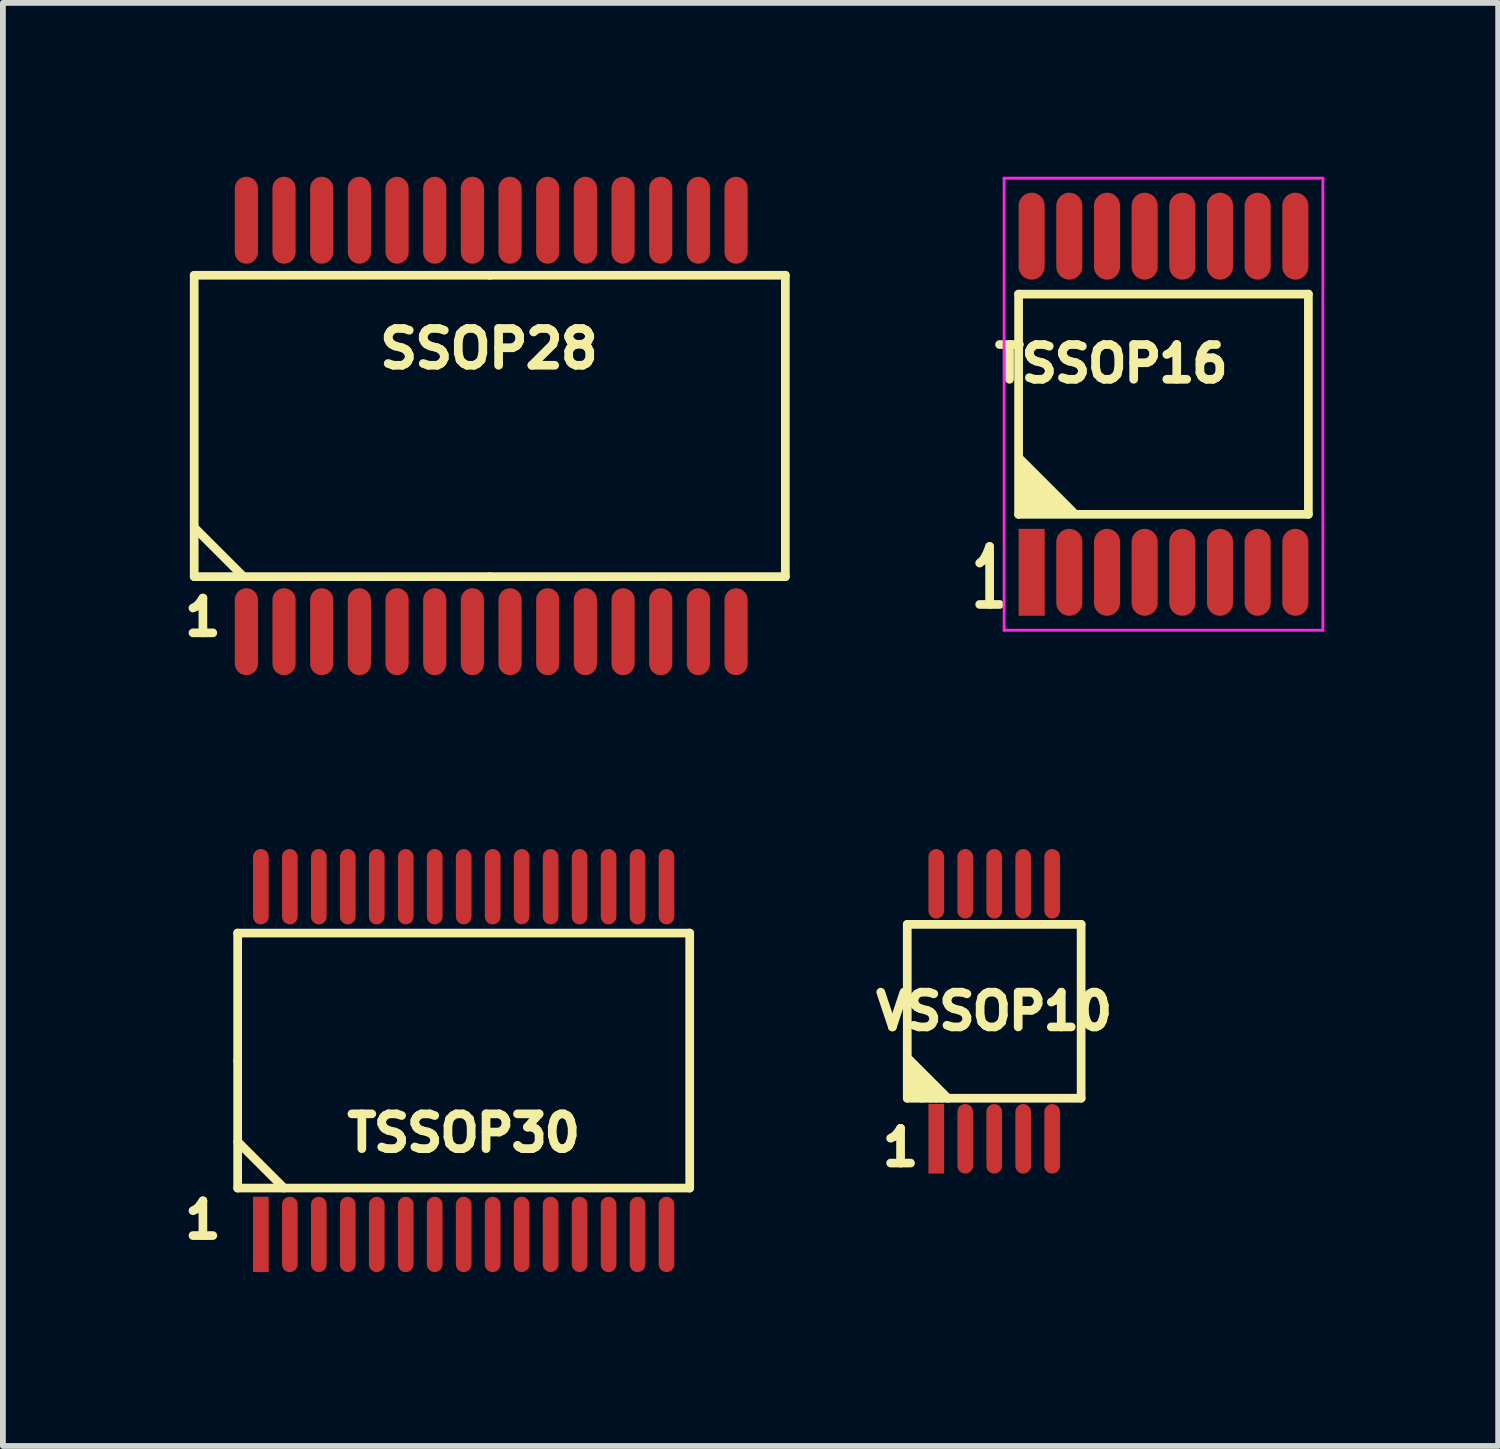
<source format=kicad_pcb>
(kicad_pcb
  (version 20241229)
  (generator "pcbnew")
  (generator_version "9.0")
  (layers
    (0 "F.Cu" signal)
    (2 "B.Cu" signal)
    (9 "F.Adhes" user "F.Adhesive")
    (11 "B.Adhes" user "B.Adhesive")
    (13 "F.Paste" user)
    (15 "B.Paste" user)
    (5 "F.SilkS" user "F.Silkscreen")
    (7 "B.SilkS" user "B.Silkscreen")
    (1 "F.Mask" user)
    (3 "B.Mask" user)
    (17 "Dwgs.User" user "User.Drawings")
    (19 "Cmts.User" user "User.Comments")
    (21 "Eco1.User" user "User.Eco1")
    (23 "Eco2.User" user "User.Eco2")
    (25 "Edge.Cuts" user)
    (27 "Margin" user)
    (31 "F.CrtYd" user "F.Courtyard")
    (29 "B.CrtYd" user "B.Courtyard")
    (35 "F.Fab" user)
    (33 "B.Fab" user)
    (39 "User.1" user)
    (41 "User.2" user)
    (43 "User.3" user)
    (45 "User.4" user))
  (footprint "TSSOP30"
    (layer "F.Cu")
    (at 4.951 15.25)
    (property "Reference" "TSSOP30" (at 0 1.25 0) (layer "F.SilkS") (effects (font (size 0.6 0.6) (thickness 0.15))))
    (attr through_hole)
    (fp_line (start -3.9 -2.2) (end 3.9 -2.2) (stroke (width 0.15) (type solid)) (layer "F.SilkS"))
    (fp_line (start -3.9 0) (end -3.9 -2.2) (stroke (width 0.15) (type solid)) (layer "F.SilkS"))
    (fp_line (start -3.9 1.4) (end -3.1 2.2) (stroke (width 0.15) (type solid)) (layer "F.SilkS"))
    (fp_line (start -3.9 2.2) (end -3.9 0) (stroke (width 0.15) (type solid)) (layer "F.SilkS"))
    (fp_line (start 3.9 -2.2) (end 3.9 2.2) (stroke (width 0.15) (type solid)) (layer "F.SilkS"))
    (fp_line (start 3.9 2.2) (end -3.9 2.2) (stroke (width 0.15) (type solid)) (layer "F.SilkS"))
    (fp_text user "1" (at -4.5 2.75 0) (layer "F.SilkS") (effects (font (size 0.6 0.6) (thickness 0.15))))
    (pad "1" smd rect (at -3.5 3) (size 0.27 1.3) (layers "F.Cu" "F.Mask" "F.Paste"))
    (pad "2" smd oval (at -3 3) (size 0.27 1.3) (layers "F.Cu" "F.Mask" "F.Paste"))
    (pad "3" smd oval (at -2.5 3) (size 0.27 1.3) (layers "F.Cu" "F.Mask" "F.Paste"))
    (pad "4" smd oval (at -2 3) (size 0.27 1.3) (layers "F.Cu" "F.Mask" "F.Paste"))
    (pad "5" smd oval (at -1.5 3) (size 0.27 1.3) (layers "F.Cu" "F.Mask" "F.Paste"))
    (pad "6" smd oval (at -1 3) (size 0.27 1.3) (layers "F.Cu" "F.Mask" "F.Paste"))
    (pad "7" smd oval (at -0.5 3) (size 0.27 1.3) (layers "F.Cu" "F.Mask" "F.Paste"))
    (pad "8" smd oval (at 0 3) (size 0.27 1.3) (layers "F.Cu" "F.Mask" "F.Paste"))
    (pad "9" smd oval (at 0.5 3) (size 0.27 1.3) (layers "F.Cu" "F.Mask" "F.Paste"))
    (pad "10" smd oval (at 1 3) (size 0.27 1.3) (layers "F.Cu" "F.Mask" "F.Paste"))
    (pad "11" smd oval (at 1.5 3) (size 0.27 1.3) (layers "F.Cu" "F.Mask" "F.Paste"))
    (pad "12" smd oval (at 2 3) (size 0.27 1.3) (layers "F.Cu" "F.Mask" "F.Paste"))
    (pad "13" smd oval (at 2.5 3) (size 0.27 1.3) (layers "F.Cu" "F.Mask" "F.Paste"))
    (pad "14" smd oval (at 3 3) (size 0.27 1.3) (layers "F.Cu" "F.Mask" "F.Paste"))
    (pad "15" smd oval (at 3.5 3) (size 0.27 1.3) (layers "F.Cu" "F.Mask" "F.Paste"))
    (pad "16" smd oval (at 3.5 -3) (size 0.27 1.3) (layers "F.Cu" "F.Mask" "F.Paste"))
    (pad "17" smd oval (at 3 -3) (size 0.27 1.3) (layers "F.Cu" "F.Mask" "F.Paste"))
    (pad "18" smd oval (at 2.5 -3) (size 0.27 1.3) (layers "F.Cu" "F.Mask" "F.Paste"))
    (pad "19" smd oval (at 2 -3) (size 0.27 1.3) (layers "F.Cu" "F.Mask" "F.Paste"))
    (pad "20" smd oval (at 1.5 -3) (size 0.27 1.3) (layers "F.Cu" "F.Mask" "F.Paste"))
    (pad "21" smd oval (at 1 -3) (size 0.27 1.3) (layers "F.Cu" "F.Mask" "F.Paste"))
    (pad "22" smd oval (at 0.5 -3) (size 0.27 1.3) (layers "F.Cu" "F.Mask" "F.Paste"))
    (pad "23" smd oval (at 0 -3) (size 0.27 1.3) (layers "F.Cu" "F.Mask" "F.Paste"))
    (pad "24" smd oval (at -0.5 -3) (size 0.27 1.3) (layers "F.Cu" "F.Mask" "F.Paste"))
    (pad "25" smd oval (at -1 -3) (size 0.27 1.3) (layers "F.Cu" "F.Mask" "F.Paste"))
    (pad "26" smd oval (at -1.5 -3) (size 0.27 1.3) (layers "F.Cu" "F.Mask" "F.Paste"))
    (pad "27" smd oval (at -2 -3) (size 0.27 1.3) (layers "F.Cu" "F.Mask" "F.Paste"))
    (pad "28" smd oval (at -2.5 -3) (size 0.27 1.3) (layers "F.Cu" "F.Mask" "F.Paste"))
    (pad "29" smd oval (at -3 -3) (size 0.27 1.3) (layers "F.Cu" "F.Mask" "F.Paste"))
    (pad "30" smd oval (at -3.5 -3) (size 0.27 1.3) (layers "F.Cu" "F.Mask" "F.Paste")))
  (footprint "VSSOP10"
    (layer "F.Cu")
    (at 14.105 14.4)
    (property "Reference" "VSSOP10" (at 0 0 0) (layer "F.SilkS") (effects (font (size 0.6 0.6) (thickness 0.15))))
    (attr through_hole)
    (fp_line (start -1.5 -1.5) (end 1.5 -1.5) (stroke (width 0.15) (type solid)) (layer "F.SilkS"))
    (fp_line (start -1.5 0.8) (end -0.8 1.5) (stroke (width 0.15) (type solid)) (layer "F.SilkS"))
    (fp_line (start -1.5 0.9) (end -0.9 1.5) (stroke (width 0.15) (type solid)) (layer "F.SilkS"))
    (fp_line (start -1.5 1) (end -1 1.5) (stroke (width 0.15) (type solid)) (layer "F.SilkS"))
    (fp_line (start -1.5 1.5) (end -1.5 -1.5) (stroke (width 0.15) (type solid)) (layer "F.SilkS"))
    (fp_line (start -1.25 1.5) (end -1.5 1.25) (stroke (width 0.15) (type solid)) (layer "F.SilkS"))
    (fp_line (start -1.1 1.5) (end -1.5 1.1) (stroke (width 0.15) (type solid)) (layer "F.SilkS"))
    (fp_line (start 1.5 -1.5) (end 1.5 1.5) (stroke (width 0.15) (type solid)) (layer "F.SilkS"))
    (fp_line (start 1.5 1.5) (end -1.5 1.5) (stroke (width 0.15) (type solid)) (layer "F.SilkS"))
    (fp_text user "1" (at -2 2.7 0) (unlocked yes) (layer "F.SilkS") (effects (font (size 0.6 0.6) (thickness 0.15)) (justify left bottom)))
    (pad "1" smd rect (at -1 2.2) (size 0.27 1.2) (layers "F.Cu" "F.Mask" "F.Paste"))
    (pad "2" smd oval (at -0.5 2.2) (size 0.27 1.2) (layers "F.Cu" "F.Mask" "F.Paste"))
    (pad "3" smd oval (at 0 2.2) (size 0.27 1.2) (layers "F.Cu" "F.Mask" "F.Paste"))
    (pad "4" smd oval (at 0.5 2.2) (size 0.27 1.2) (layers "F.Cu" "F.Mask" "F.Paste"))
    (pad "5" smd oval (at 1 2.2) (size 0.27 1.2) (layers "F.Cu" "F.Mask" "F.Paste"))
    (pad "6" smd oval (at 1 -2.2) (size 0.27 1.2) (layers "F.Cu" "F.Mask" "F.Paste"))
    (pad "7" smd oval (at 0.5 -2.2) (size 0.27 1.2) (layers "F.Cu" "F.Mask" "F.Paste"))
    (pad "8" smd oval (at 0 -2.2) (size 0.27 1.2) (layers "F.Cu" "F.Mask" "F.Paste"))
    (pad "9" smd oval (at -0.5 -2.2) (size 0.27 1.2) (layers "F.Cu" "F.Mask" "F.Paste"))
    (pad "10" smd oval (at -1 -2.2) (size 0.27 1.2) (layers "F.Cu" "F.Mask" "F.Paste")))
  (footprint "TSSOP16"
    (layer "F.Cu")
    (at 17.026 3.925)
    (property "Reference" "TSSOP16" (at -0.9 -0.7 180) (layer "F.SilkS") (effects (font (size 0.6 0.6) (thickness 0.15))))
    (attr through_hole)
    (fp_line (start -2.5 -1.9) (end 2.5 -1.9) (stroke (width 0.15) (type solid)) (layer "F.SilkS"))
    (fp_line (start -2.5 1.9) (end -2.5 -1.9) (stroke (width 0.15) (type solid)) (layer "F.SilkS"))
    (fp_line (start 2.5 -1.9) (end 2.5 1.9) (stroke (width 0.15) (type solid)) (layer "F.SilkS"))
    (fp_line (start 2.5 1.9) (end -2.5 1.9) (stroke (width 0.15) (type solid)) (layer "F.SilkS"))
    (fp_poly (pts (xy -1.5 1.9) (xy -2.5 1.9) (xy -2.5 0.9)) (stroke (width 0.12) (type solid)) (fill yes) (layer "F.SilkS"))
    (fp_line (start -2.75 -3.9) (end 2.75 -3.9) (stroke (width 0.05) (type solid)) (layer "F.CrtYd"))
    (fp_line (start -2.75 3.9) (end -2.75 -3.9) (stroke (width 0.05) (type solid)) (layer "F.CrtYd"))
    (fp_line (start 2.75 -3.9) (end 2.75 3.9) (stroke (width 0.05) (type solid)) (layer "F.CrtYd"))
    (fp_line (start 2.75 3.9) (end -2.75 3.9) (stroke (width 0.05) (type solid)) (layer "F.CrtYd"))
    (fp_text user "1" (at -3 3 0) (layer "F.SilkS") (effects (font (size 1 0.6) (thickness 0.15))))
    (pad "1" smd rect (at -2.275 2.9) (size 0.45 1.5) (layers "F.Cu" "F.Mask" "F.Paste"))
    (pad "2" smd oval (at -1.625 2.9) (size 0.45 1.5) (layers "F.Cu" "F.Mask" "F.Paste"))
    (pad "3" smd oval (at -0.975 2.9) (size 0.45 1.5) (layers "F.Cu" "F.Mask" "F.Paste"))
    (pad "4" smd oval (at -0.325 2.9) (size 0.45 1.5) (layers "F.Cu" "F.Mask" "F.Paste"))
    (pad "5" smd oval (at 0.325 2.9) (size 0.45 1.5) (layers "F.Cu" "F.Mask" "F.Paste"))
    (pad "6" smd oval (at 0.975 2.9) (size 0.45 1.5) (layers "F.Cu" "F.Mask" "F.Paste"))
    (pad "7" smd oval (at 1.625 2.9) (size 0.45 1.5) (layers "F.Cu" "F.Mask" "F.Paste"))
    (pad "8" smd oval (at 2.275 2.9) (size 0.45 1.5) (layers "F.Cu" "F.Mask" "F.Paste"))
    (pad "9" smd oval (at 2.275 -2.9) (size 0.45 1.5) (layers "F.Cu" "F.Mask" "F.Paste"))
    (pad "10" smd oval (at 1.625 -2.9) (size 0.45 1.5) (layers "F.Cu" "F.Mask" "F.Paste"))
    (pad "11" smd oval (at 0.975 -2.9) (size 0.45 1.5) (layers "F.Cu" "F.Mask" "F.Paste"))
    (pad "12" smd oval (at 0.325 -2.9) (size 0.45 1.5) (layers "F.Cu" "F.Mask" "F.Paste"))
    (pad "13" smd oval (at -0.325 -2.9) (size 0.45 1.5) (layers "F.Cu" "F.Mask" "F.Paste"))
    (pad "14" smd oval (at -0.975 -2.9) (size 0.45 1.5) (layers "F.Cu" "F.Mask" "F.Paste"))
    (pad "15" smd oval (at -1.625 -2.9) (size 0.45 1.5) (layers "F.Cu" "F.Mask" "F.Paste"))
    (pad "16" smd oval (at -2.275 -2.9) (size 0.45 1.5) (layers "F.Cu" "F.Mask" "F.Paste")))
  (footprint "SSOP28"
    (layer "F.Cu")
    (at 1.201 4.3)
    (property "Reference" "SSOP28" (at 4.186 -1.333 0) (layer "F.SilkS") (effects (font (size 0.635 0.635) (thickness 0.15))))
    (attr through_hole)
    (fp_line (start -0.9 -2.6) (end -0.9 2.6) (stroke (width 0.15) (type solid)) (layer "F.SilkS"))
    (fp_line (start -0.9 1.75) (end -0.05 2.6) (stroke (width 0.15) (type solid)) (layer "F.SilkS"))
    (fp_line (start -0.9 2.6) (end 4.2 2.6) (stroke (width 0.15) (type solid)) (layer "F.SilkS"))
    (fp_line (start 4.2 -2.6) (end -0.9 -2.6) (stroke (width 0.15) (type solid)) (layer "F.SilkS"))
    (fp_line (start 4.2 2.6) (end 9.3 2.6) (stroke (width 0.15) (type solid)) (layer "F.SilkS"))
    (fp_line (start 9.3 -2.6) (end 4.2 -2.6) (stroke (width 0.15) (type solid)) (layer "F.SilkS"))
    (fp_line (start 9.3 2.6) (end 9.3 -2.6) (stroke (width 0.15) (type solid)) (layer "F.SilkS"))
    (fp_text user "1" (at -0.75 3.3 0) (layer "F.SilkS") (effects (font (size 0.6 0.6) (thickness 0.15))))
    (pad "1" smd oval (at 0 3.55) (size 0.4 1.5) (layers "F.Cu" "F.Mask" "F.Paste"))
    (pad "2" smd oval (at 0.65 3.55) (size 0.4 1.5) (layers "F.Cu" "F.Mask" "F.Paste"))
    (pad "3" smd oval (at 1.3 3.55) (size 0.4 1.5) (layers "F.Cu" "F.Mask" "F.Paste"))
    (pad "4" smd oval (at 1.95 3.55) (size 0.4 1.5) (layers "F.Cu" "F.Mask" "F.Paste"))
    (pad "5" smd oval (at 2.6 3.55) (size 0.4 1.5) (layers "F.Cu" "F.Mask" "F.Paste"))
    (pad "6" smd oval (at 3.25 3.55) (size 0.4 1.5) (layers "F.Cu" "F.Mask" "F.Paste"))
    (pad "7" smd oval (at 3.9 3.55) (size 0.4 1.5) (layers "F.Cu" "F.Mask" "F.Paste"))
    (pad "8" smd oval (at 4.55 3.55) (size 0.4 1.5) (layers "F.Cu" "F.Mask" "F.Paste"))
    (pad "9" smd oval (at 5.2 3.55) (size 0.4 1.5) (layers "F.Cu" "F.Mask" "F.Paste"))
    (pad "10" smd oval (at 5.85 3.55) (size 0.4 1.5) (layers "F.Cu" "F.Mask" "F.Paste"))
    (pad "11" smd oval (at 6.5 3.55) (size 0.4 1.5) (layers "F.Cu" "F.Mask" "F.Paste"))
    (pad "12" smd oval (at 7.15 3.55) (size 0.4 1.5) (layers "F.Cu" "F.Mask" "F.Paste"))
    (pad "13" smd oval (at 7.8 3.55) (size 0.4 1.5) (layers "F.Cu" "F.Mask" "F.Paste"))
    (pad "14" smd oval (at 8.45 3.55) (size 0.4 1.5) (layers "F.Cu" "F.Mask" "F.Paste"))
    (pad "15" smd oval (at 8.45 -3.55) (size 0.4 1.5) (layers "F.Cu" "F.Mask" "F.Paste"))
    (pad "16" smd oval (at 7.8 -3.55) (size 0.4 1.5) (layers "F.Cu" "F.Mask" "F.Paste"))
    (pad "17" smd oval (at 7.15 -3.55) (size 0.4 1.5) (layers "F.Cu" "F.Mask" "F.Paste"))
    (pad "18" smd oval (at 6.5 -3.55) (size 0.4 1.5) (layers "F.Cu" "F.Mask" "F.Paste"))
    (pad "19" smd oval (at 5.85 -3.55) (size 0.4 1.5) (layers "F.Cu" "F.Mask" "F.Paste"))
    (pad "20" smd oval (at 5.2 -3.55) (size 0.4 1.5) (layers "F.Cu" "F.Mask" "F.Paste"))
    (pad "21" smd oval (at 4.55 -3.55) (size 0.4 1.5) (layers "F.Cu" "F.Mask" "F.Paste"))
    (pad "22" smd oval (at 3.9 -3.55) (size 0.4 1.5) (layers "F.Cu" "F.Mask" "F.Paste"))
    (pad "23" smd oval (at 3.25 -3.55) (size 0.4 1.5) (layers "F.Cu" "F.Mask" "F.Paste"))
    (pad "24" smd oval (at 2.6 -3.55) (size 0.4 1.5) (layers "F.Cu" "F.Mask" "F.Paste"))
    (pad "25" smd oval (at 1.95 -3.55) (size 0.4 1.5) (layers "F.Cu" "F.Mask" "F.Paste"))
    (pad "26" smd oval (at 1.3 -3.55) (size 0.4 1.5) (layers "F.Cu" "F.Mask" "F.Paste"))
    (pad "27" smd oval (at 0.65 -3.55) (size 0.4 1.5) (layers "F.Cu" "F.Mask" "F.Paste"))
    (pad "28" smd oval (at 0 -3.55) (size 0.4 1.5) (layers "F.Cu" "F.Mask" "F.Paste")))
  (gr_rect
    (start -3 -3)
    (end 22.801 21.9)
    (stroke (width 0.1) (type default))
    (fill no)
    (layer "Edge.Cuts")))
</source>
